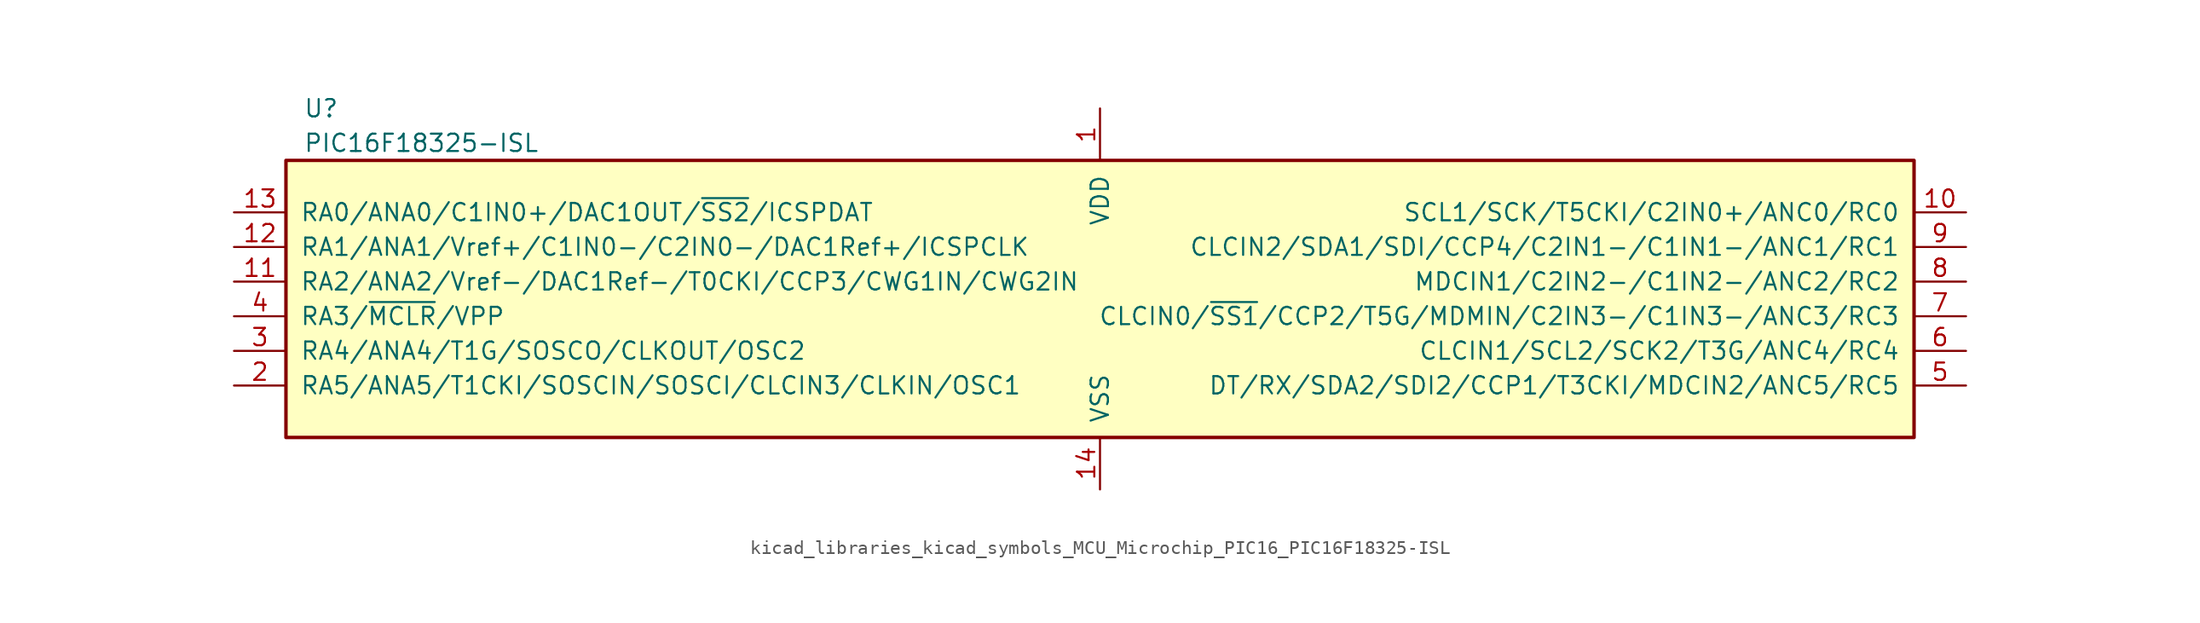
<source format=kicad_sym>
(kicad_symbol_lib
  (version 20220914)
  (generator kicad_symbol_editor)
  (symbol "kicad_libraries_kicad_symbols_MCU_Microchip_PIC16_PIC16F18325-ISL"
    (pin_names
      (offset 1.016))
    (property "Reference" "U"
      (at -58.42 15.24 0)
      (effects (font (size 1.27 1.27)) (justify left)))
    (property "Value" "PIC16F18325-ISL"
      (at -58.42 12.7 0)
      (effects (font (size 1.27 1.27)) (justify left)))
    (symbol "kicad_libraries_kicad_symbols_MCU_Microchip_PIC16_PIC16F18325-ISL_1_1"
      (rectangle (start -59.69 11.43) (end 59.69 -8.89) (stroke (width 0.254) (type default)) (fill (type background)))
      (pin power_in line (at 0 15.24 270) (length 3.81) (name "VDD" (effects (font (size 1.27 1.27)))) (number "1" (effects (font (size 1.27 1.27)))))
      (pin bidirectional line (at 63.5 7.62 180) (length 3.81) (name "SCL1/SCK/T5CKI/C2IN0+/ANC0/RC0" (effects (font (size 1.27 1.27)))) (number "10" (effects (font (size 1.27 1.27)))))
      (pin bidirectional line (at -63.5 2.54 0) (length 3.81) (name "RA2/ANA2/Vref-/DAC1Ref-/T0CKI/CCP3/CWG1IN/CWG2IN" (effects (font (size 1.27 1.27)))) (number "11" (effects (font (size 1.27 1.27)))))
      (pin bidirectional line (at -63.5 5.08 0) (length 3.81) (name "RA1/ANA1/Vref+/C1IN0-/C2IN0-/DAC1Ref+/ICSPCLK" (effects (font (size 1.27 1.27)))) (number "12" (effects (font (size 1.27 1.27)))))
      (pin bidirectional line (at -63.5 7.62 0) (length 3.81) (name "RA0/ANA0/C1IN0+/DAC1OUT/~{SS2}/ICSPDAT" (effects (font (size 1.27 1.27)))) (number "13" (effects (font (size 1.27 1.27)))))
      (pin power_in line (at 0 -12.7 90) (length 3.81) (name "VSS" (effects (font (size 1.27 1.27)))) (number "14" (effects (font (size 1.27 1.27)))))
      (pin bidirectional line (at -63.5 -5.08 0) (length 3.81) (name "RA5/ANA5/T1CKI/SOSCIN/SOSCI/CLCIN3/CLKIN/OSC1" (effects (font (size 1.27 1.27)))) (number "2" (effects (font (size 1.27 1.27)))))
      (pin bidirectional line (at -63.5 -2.54 0) (length 3.81) (name "RA4/ANA4/T1G/SOSCO/CLKOUT/OSC2" (effects (font (size 1.27 1.27)))) (number "3" (effects (font (size 1.27 1.27)))))
      (pin bidirectional line (at -63.5 0 0) (length 3.81) (name "RA3/~{MCLR}/VPP" (effects (font (size 1.27 1.27)))) (number "4" (effects (font (size 1.27 1.27)))))
      (pin bidirectional line (at 63.5 -5.08 180) (length 3.81) (name "DT/RX/SDA2/SDI2/CCP1/T3CKI/MDCIN2/ANC5/RC5" (effects (font (size 1.27 1.27)))) (number "5" (effects (font (size 1.27 1.27)))))
      (pin bidirectional line (at 63.5 -2.54 180) (length 3.81) (name "CLCIN1/SCL2/SCK2/T3G/ANC4/RC4" (effects (font (size 1.27 1.27)))) (number "6" (effects (font (size 1.27 1.27)))))
      (pin bidirectional line (at 63.5 0 180) (length 3.81) (name "CLCIN0/~{SS1}/CCP2/T5G/MDMIN/C2IN3-/C1IN3-/ANC3/RC3" (effects (font (size 1.27 1.27)))) (number "7" (effects (font (size 1.27 1.27)))))
      (pin bidirectional line (at 63.5 2.54 180) (length 3.81) (name "MDCIN1/C2IN2-/C1IN2-/ANC2/RC2" (effects (font (size 1.27 1.27)))) (number "8" (effects (font (size 1.27 1.27)))))
      (pin bidirectional line (at 63.5 5.08 180) (length 3.81) (name "CLCIN2/SDA1/SDI/CCP4/C2IN1-/C1IN1-/ANC1/RC1" (effects (font (size 1.27 1.27)))) (number "9" (effects (font (size 1.27 1.27))))))))
</source>
